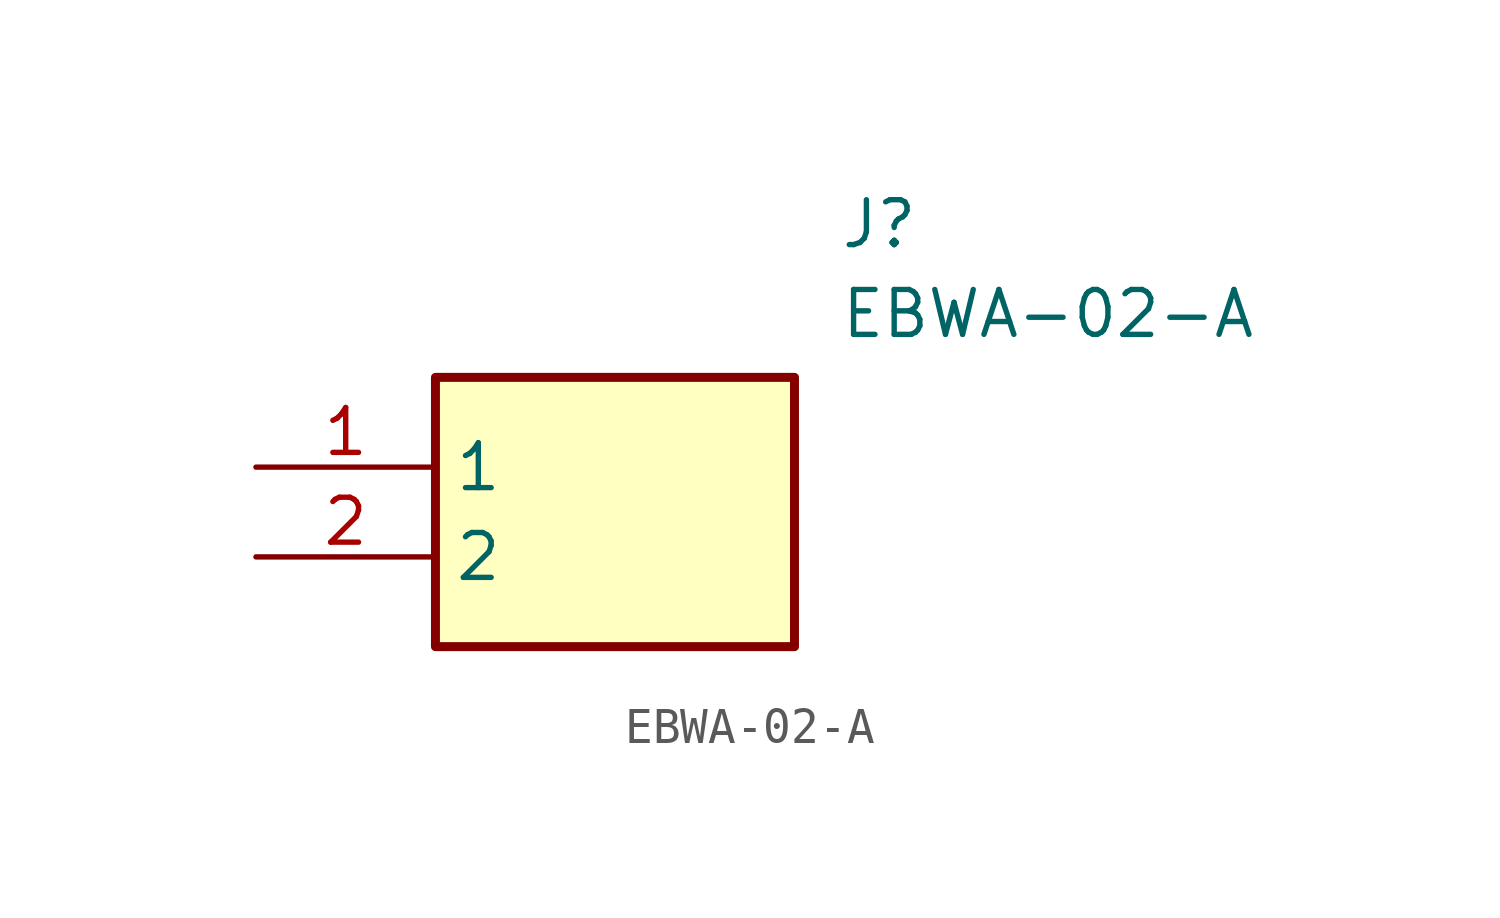
<source format=kicad_sym>
(kicad_symbol_lib
  (version 20211014)
  (generator SamacSys_ECAD_Model)
  (symbol "EBWA-02-A"
    (property "Reference" "J"
      (at 16.51 7.62 0)
      (effects (font (size 1.27 1.27)) (justify left top)))
    (property "Value" "EBWA-02-A"
      (at 16.51 5.08 0)
      (effects (font (size 1.27 1.27)) (justify left top)))
    (rectangle
      (start 5.08 2.54)
      (end 15.24 -5.08)
      (stroke (width 0.254) (type default))
      (fill (type background)))
    (pin passive line
      (at 0 0 0)
      (length 5.08)
      (name "1" (effects (font (size 1.27 1.27))))
      (number "1" (effects (font (size 1.27 1.27)))))
    (pin passive line
      (at 0 -2.54 0)
      (length 5.08)
      (name "2" (effects (font (size 1.27 1.27))))
      (number "2" (effects (font (size 1.27 1.27)))))))
</source>
